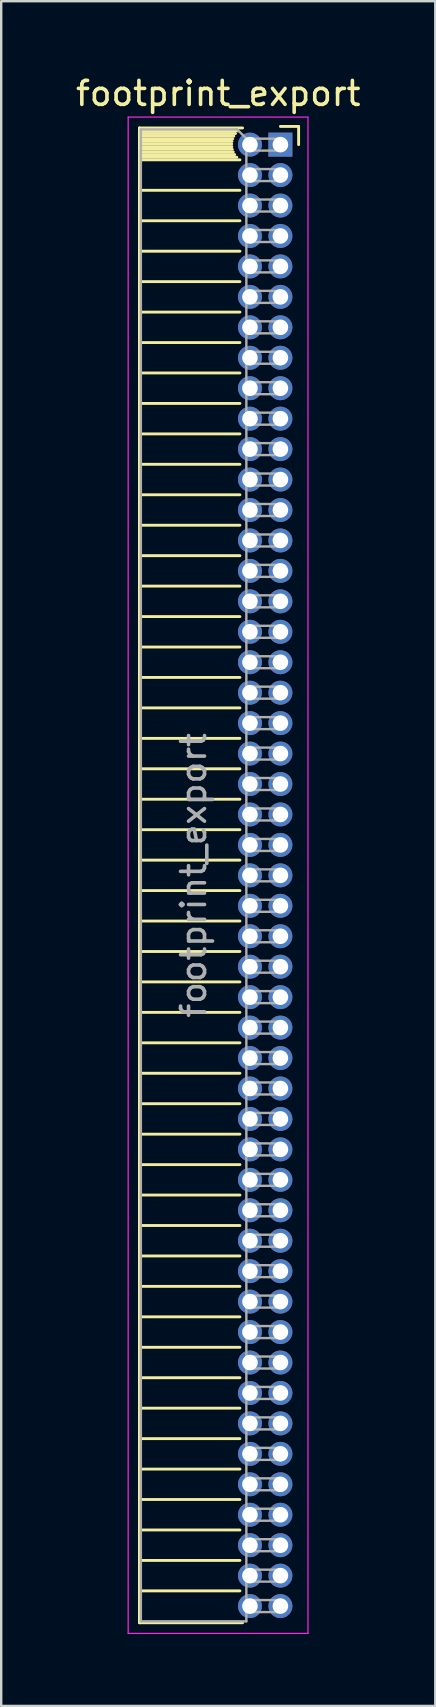
<source format=kicad_pcb>
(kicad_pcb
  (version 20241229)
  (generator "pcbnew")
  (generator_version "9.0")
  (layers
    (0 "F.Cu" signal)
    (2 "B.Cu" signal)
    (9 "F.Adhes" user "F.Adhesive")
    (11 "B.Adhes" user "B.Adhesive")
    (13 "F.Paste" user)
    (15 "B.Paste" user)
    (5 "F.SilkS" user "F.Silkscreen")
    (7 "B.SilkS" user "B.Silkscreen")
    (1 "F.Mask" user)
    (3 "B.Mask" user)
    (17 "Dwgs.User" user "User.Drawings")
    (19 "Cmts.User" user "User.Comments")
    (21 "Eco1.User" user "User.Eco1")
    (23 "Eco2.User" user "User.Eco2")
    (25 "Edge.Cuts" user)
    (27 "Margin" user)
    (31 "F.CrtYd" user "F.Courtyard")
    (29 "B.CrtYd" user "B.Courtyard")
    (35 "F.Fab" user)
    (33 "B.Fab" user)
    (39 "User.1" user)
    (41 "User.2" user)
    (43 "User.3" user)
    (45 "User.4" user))
  (footprint "footprint_export"
    (layer "F.Cu")
    (at 8.646 2.983)
    (property "Reference" "footprint_export" (at -2.592 -2.135 0) (layer "F.SilkS") (effects (font (size 1 1) (thickness 0.15))))
    (attr through_hole)
    (fp_line (start -5.88 -0.695) (end -5.88 61.655) (stroke (width 0.12) (type solid)) (layer "F.SilkS"))
    (fp_line (start -5.88 -0.695) (end -1.578 -0.695) (stroke (width 0.12) (type solid)) (layer "F.SilkS"))
    (fp_line (start -5.88 -0.575) (end -1.767 -0.575) (stroke (width 0.12) (type solid)) (layer "F.SilkS"))
    (fp_line (start -5.88 -0.465) (end -1.871 -0.465) (stroke (width 0.12) (type solid)) (layer "F.SilkS"))
    (fp_line (start -5.88 -0.355) (end -1.942 -0.355) (stroke (width 0.12) (type solid)) (layer "F.SilkS"))
    (fp_line (start -5.88 -0.245) (end -1.989 -0.245) (stroke (width 0.12) (type solid)) (layer "F.SilkS"))
    (fp_line (start -5.88 -0.135) (end -2.018 -0.135) (stroke (width 0.12) (type solid)) (layer "F.SilkS"))
    (fp_line (start -5.88 -0.025) (end -2.03 -0.025) (stroke (width 0.12) (type solid)) (layer "F.SilkS"))
    (fp_line (start -5.88 0.085) (end -2.025 0.085) (stroke (width 0.12) (type solid)) (layer "F.SilkS"))
    (fp_line (start -5.88 0.195) (end -2.005 0.195) (stroke (width 0.12) (type solid)) (layer "F.SilkS"))
    (fp_line (start -5.88 0.305) (end -1.966 0.305) (stroke (width 0.12) (type solid)) (layer "F.SilkS"))
    (fp_line (start -5.88 0.415) (end -1.907 0.415) (stroke (width 0.12) (type solid)) (layer "F.SilkS"))
    (fp_line (start -5.88 0.525) (end -1.82 0.525) (stroke (width 0.12) (type solid)) (layer "F.SilkS"))
    (fp_line (start -5.88 0.635) (end -1.688 0.635) (stroke (width 0.12) (type solid)) (layer "F.SilkS"))
    (fp_line (start -5.88 1.905) (end -1.688 1.905) (stroke (width 0.12) (type solid)) (layer "F.SilkS"))
    (fp_line (start -5.88 3.175) (end -1.688 3.175) (stroke (width 0.12) (type solid)) (layer "F.SilkS"))
    (fp_line (start -5.88 4.445) (end -1.688 4.445) (stroke (width 0.12) (type solid)) (layer "F.SilkS"))
    (fp_line (start -5.88 5.715) (end -1.688 5.715) (stroke (width 0.12) (type solid)) (layer "F.SilkS"))
    (fp_line (start -5.88 6.985) (end -1.688 6.985) (stroke (width 0.12) (type solid)) (layer "F.SilkS"))
    (fp_line (start -5.88 8.255) (end -1.688 8.255) (stroke (width 0.12) (type solid)) (layer "F.SilkS"))
    (fp_line (start -5.88 9.525) (end -1.688 9.525) (stroke (width 0.12) (type solid)) (layer "F.SilkS"))
    (fp_line (start -5.88 10.795) (end -1.688 10.795) (stroke (width 0.12) (type solid)) (layer "F.SilkS"))
    (fp_line (start -5.88 12.065) (end -1.688 12.065) (stroke (width 0.12) (type solid)) (layer "F.SilkS"))
    (fp_line (start -5.88 13.335) (end -1.688 13.335) (stroke (width 0.12) (type solid)) (layer "F.SilkS"))
    (fp_line (start -5.88 14.605) (end -1.688 14.605) (stroke (width 0.12) (type solid)) (layer "F.SilkS"))
    (fp_line (start -5.88 15.875) (end -1.688 15.875) (stroke (width 0.12) (type solid)) (layer "F.SilkS"))
    (fp_line (start -5.88 17.145) (end -1.688 17.145) (stroke (width 0.12) (type solid)) (layer "F.SilkS"))
    (fp_line (start -5.88 18.415) (end -1.688 18.415) (stroke (width 0.12) (type solid)) (layer "F.SilkS"))
    (fp_line (start -5.88 19.685) (end -1.688 19.685) (stroke (width 0.12) (type solid)) (layer "F.SilkS"))
    (fp_line (start -5.88 20.955) (end -1.688 20.955) (stroke (width 0.12) (type solid)) (layer "F.SilkS"))
    (fp_line (start -5.88 22.225) (end -1.688 22.225) (stroke (width 0.12) (type solid)) (layer "F.SilkS"))
    (fp_line (start -5.88 23.495) (end -1.688 23.495) (stroke (width 0.12) (type solid)) (layer "F.SilkS"))
    (fp_line (start -5.88 24.765) (end -1.688 24.765) (stroke (width 0.12) (type solid)) (layer "F.SilkS"))
    (fp_line (start -5.88 26.035) (end -1.688 26.035) (stroke (width 0.12) (type solid)) (layer "F.SilkS"))
    (fp_line (start -5.88 27.305) (end -1.688 27.305) (stroke (width 0.12) (type solid)) (layer "F.SilkS"))
    (fp_line (start -5.88 28.575) (end -1.688 28.575) (stroke (width 0.12) (type solid)) (layer "F.SilkS"))
    (fp_line (start -5.88 29.845) (end -1.688 29.845) (stroke (width 0.12) (type solid)) (layer "F.SilkS"))
    (fp_line (start -5.88 31.115) (end -1.688 31.115) (stroke (width 0.12) (type solid)) (layer "F.SilkS"))
    (fp_line (start -5.88 32.385) (end -1.688 32.385) (stroke (width 0.12) (type solid)) (layer "F.SilkS"))
    (fp_line (start -5.88 33.655) (end -1.688 33.655) (stroke (width 0.12) (type solid)) (layer "F.SilkS"))
    (fp_line (start -5.88 34.925) (end -1.688 34.925) (stroke (width 0.12) (type solid)) (layer "F.SilkS"))
    (fp_line (start -5.88 36.195) (end -1.688 36.195) (stroke (width 0.12) (type solid)) (layer "F.SilkS"))
    (fp_line (start -5.88 37.465) (end -1.688 37.465) (stroke (width 0.12) (type solid)) (layer "F.SilkS"))
    (fp_line (start -5.88 38.735) (end -1.688 38.735) (stroke (width 0.12) (type solid)) (layer "F.SilkS"))
    (fp_line (start -5.88 40.005) (end -1.688 40.005) (stroke (width 0.12) (type solid)) (layer "F.SilkS"))
    (fp_line (start -5.88 41.275) (end -1.688 41.275) (stroke (width 0.12) (type solid)) (layer "F.SilkS"))
    (fp_line (start -5.88 42.545) (end -1.688 42.545) (stroke (width 0.12) (type solid)) (layer "F.SilkS"))
    (fp_line (start -5.88 43.815) (end -1.688 43.815) (stroke (width 0.12) (type solid)) (layer "F.SilkS"))
    (fp_line (start -5.88 45.085) (end -1.688 45.085) (stroke (width 0.12) (type solid)) (layer "F.SilkS"))
    (fp_line (start -5.88 46.355) (end -1.688 46.355) (stroke (width 0.12) (type solid)) (layer "F.SilkS"))
    (fp_line (start -5.88 47.625) (end -1.688 47.625) (stroke (width 0.12) (type solid)) (layer "F.SilkS"))
    (fp_line (start -5.88 48.895) (end -1.688 48.895) (stroke (width 0.12) (type solid)) (layer "F.SilkS"))
    (fp_line (start -5.88 50.165) (end -1.688 50.165) (stroke (width 0.12) (type solid)) (layer "F.SilkS"))
    (fp_line (start -5.88 51.435) (end -1.688 51.435) (stroke (width 0.12) (type solid)) (layer "F.SilkS"))
    (fp_line (start -5.88 52.705) (end -1.688 52.705) (stroke (width 0.12) (type solid)) (layer "F.SilkS"))
    (fp_line (start -5.88 53.975) (end -1.688 53.975) (stroke (width 0.12) (type solid)) (layer "F.SilkS"))
    (fp_line (start -5.88 55.245) (end -1.688 55.245) (stroke (width 0.12) (type solid)) (layer "F.SilkS"))
    (fp_line (start -5.88 56.515) (end -1.688 56.515) (stroke (width 0.12) (type solid)) (layer "F.SilkS"))
    (fp_line (start -5.88 57.785) (end -1.688 57.785) (stroke (width 0.12) (type solid)) (layer "F.SilkS"))
    (fp_line (start -5.88 59.055) (end -1.688 59.055) (stroke (width 0.12) (type solid)) (layer "F.SilkS"))
    (fp_line (start -5.88 60.325) (end -1.688 60.325) (stroke (width 0.12) (type solid)) (layer "F.SilkS"))
    (fp_line (start -5.88 61.655) (end -1.578 61.655) (stroke (width 0.12) (type solid)) (layer "F.SilkS"))
    (fp_line (start 0 -0.76) (end 0.76 -0.76) (stroke (width 0.12) (type solid)) (layer "F.SilkS"))
    (fp_line (start 0.76 -0.76) (end 0.76 0) (stroke (width 0.12) (type solid)) (layer "F.SilkS"))
    (fp_line (start -6.35 -1.15) (end -6.35 62.1) (stroke (width 0.05) (type solid)) (layer "F.CrtYd"))
    (fp_line (start -6.35 62.1) (end 1.15 62.1) (stroke (width 0.05) (type solid)) (layer "F.CrtYd"))
    (fp_line (start 1.15 -1.15) (end -6.35 -1.15) (stroke (width 0.05) (type solid)) (layer "F.CrtYd"))
    (fp_line (start 1.15 62.1) (end 1.15 -1.15) (stroke (width 0.05) (type solid)) (layer "F.CrtYd"))
    (fp_line (start -5.82 -0.635) (end -1.805 -0.635) (stroke (width 0.1) (type solid)) (layer "F.Fab"))
    (fp_line (start -5.82 61.595) (end -5.82 -0.635) (stroke (width 0.1) (type solid)) (layer "F.Fab"))
    (fp_line (start -1.805 -0.635) (end -1.42 -0.25) (stroke (width 0.1) (type solid)) (layer "F.Fab"))
    (fp_line (start -1.42 -0.25) (end -1.42 61.595) (stroke (width 0.1) (type solid)) (layer "F.Fab"))
    (fp_line (start -1.42 0.25) (end 0 0.25) (stroke (width 0.1) (type solid)) (layer "F.Fab"))
    (fp_line (start -1.42 1.52) (end 0 1.52) (stroke (width 0.1) (type solid)) (layer "F.Fab"))
    (fp_line (start -1.42 2.79) (end 0 2.79) (stroke (width 0.1) (type solid)) (layer "F.Fab"))
    (fp_line (start -1.42 4.06) (end 0 4.06) (stroke (width 0.1) (type solid)) (layer "F.Fab"))
    (fp_line (start -1.42 5.33) (end 0 5.33) (stroke (width 0.1) (type solid)) (layer "F.Fab"))
    (fp_line (start -1.42 6.6) (end 0 6.6) (stroke (width 0.1) (type solid)) (layer "F.Fab"))
    (fp_line (start -1.42 7.87) (end 0 7.87) (stroke (width 0.1) (type solid)) (layer "F.Fab"))
    (fp_line (start -1.42 9.14) (end 0 9.14) (stroke (width 0.1) (type solid)) (layer "F.Fab"))
    (fp_line (start -1.42 10.41) (end 0 10.41) (stroke (width 0.1) (type solid)) (layer "F.Fab"))
    (fp_line (start -1.42 11.68) (end 0 11.68) (stroke (width 0.1) (type solid)) (layer "F.Fab"))
    (fp_line (start -1.42 12.95) (end 0 12.95) (stroke (width 0.1) (type solid)) (layer "F.Fab"))
    (fp_line (start -1.42 14.22) (end 0 14.22) (stroke (width 0.1) (type solid)) (layer "F.Fab"))
    (fp_line (start -1.42 15.49) (end 0 15.49) (stroke (width 0.1) (type solid)) (layer "F.Fab"))
    (fp_line (start -1.42 16.76) (end 0 16.76) (stroke (width 0.1) (type solid)) (layer "F.Fab"))
    (fp_line (start -1.42 18.03) (end 0 18.03) (stroke (width 0.1) (type solid)) (layer "F.Fab"))
    (fp_line (start -1.42 19.3) (end 0 19.3) (stroke (width 0.1) (type solid)) (layer "F.Fab"))
    (fp_line (start -1.42 20.57) (end 0 20.57) (stroke (width 0.1) (type solid)) (layer "F.Fab"))
    (fp_line (start -1.42 21.84) (end 0 21.84) (stroke (width 0.1) (type solid)) (layer "F.Fab"))
    (fp_line (start -1.42 23.11) (end 0 23.11) (stroke (width 0.1) (type solid)) (layer "F.Fab"))
    (fp_line (start -1.42 24.38) (end 0 24.38) (stroke (width 0.1) (type solid)) (layer "F.Fab"))
    (fp_line (start -1.42 25.65) (end 0 25.65) (stroke (width 0.1) (type solid)) (layer "F.Fab"))
    (fp_line (start -1.42 26.92) (end 0 26.92) (stroke (width 0.1) (type solid)) (layer "F.Fab"))
    (fp_line (start -1.42 28.19) (end 0 28.19) (stroke (width 0.1) (type solid)) (layer "F.Fab"))
    (fp_line (start -1.42 29.46) (end 0 29.46) (stroke (width 0.1) (type solid)) (layer "F.Fab"))
    (fp_line (start -1.42 30.73) (end 0 30.73) (stroke (width 0.1) (type solid)) (layer "F.Fab"))
    (fp_line (start -1.42 32) (end 0 32) (stroke (width 0.1) (type solid)) (layer "F.Fab"))
    (fp_line (start -1.42 33.27) (end 0 33.27) (stroke (width 0.1) (type solid)) (layer "F.Fab"))
    (fp_line (start -1.42 34.54) (end 0 34.54) (stroke (width 0.1) (type solid)) (layer "F.Fab"))
    (fp_line (start -1.42 35.81) (end 0 35.81) (stroke (width 0.1) (type solid)) (layer "F.Fab"))
    (fp_line (start -1.42 37.08) (end 0 37.08) (stroke (width 0.1) (type solid)) (layer "F.Fab"))
    (fp_line (start -1.42 38.35) (end 0 38.35) (stroke (width 0.1) (type solid)) (layer "F.Fab"))
    (fp_line (start -1.42 39.62) (end 0 39.62) (stroke (width 0.1) (type solid)) (layer "F.Fab"))
    (fp_line (start -1.42 40.89) (end 0 40.89) (stroke (width 0.1) (type solid)) (layer "F.Fab"))
    (fp_line (start -1.42 42.16) (end 0 42.16) (stroke (width 0.1) (type solid)) (layer "F.Fab"))
    (fp_line (start -1.42 43.43) (end 0 43.43) (stroke (width 0.1) (type solid)) (layer "F.Fab"))
    (fp_line (start -1.42 44.7) (end 0 44.7) (stroke (width 0.1) (type solid)) (layer "F.Fab"))
    (fp_line (start -1.42 45.97) (end 0 45.97) (stroke (width 0.1) (type solid)) (layer "F.Fab"))
    (fp_line (start -1.42 47.24) (end 0 47.24) (stroke (width 0.1) (type solid)) (layer "F.Fab"))
    (fp_line (start -1.42 48.51) (end 0 48.51) (stroke (width 0.1) (type solid)) (layer "F.Fab"))
    (fp_line (start -1.42 49.78) (end 0 49.78) (stroke (width 0.1) (type solid)) (layer "F.Fab"))
    (fp_line (start -1.42 51.05) (end 0 51.05) (stroke (width 0.1) (type solid)) (layer "F.Fab"))
    (fp_line (start -1.42 52.32) (end 0 52.32) (stroke (width 0.1) (type solid)) (layer "F.Fab"))
    (fp_line (start -1.42 53.59) (end 0 53.59) (stroke (width 0.1) (type solid)) (layer "F.Fab"))
    (fp_line (start -1.42 54.86) (end 0 54.86) (stroke (width 0.1) (type solid)) (layer "F.Fab"))
    (fp_line (start -1.42 56.13) (end 0 56.13) (stroke (width 0.1) (type solid)) (layer "F.Fab"))
    (fp_line (start -1.42 57.4) (end 0 57.4) (stroke (width 0.1) (type solid)) (layer "F.Fab"))
    (fp_line (start -1.42 58.67) (end 0 58.67) (stroke (width 0.1) (type solid)) (layer "F.Fab"))
    (fp_line (start -1.42 59.94) (end 0 59.94) (stroke (width 0.1) (type solid)) (layer "F.Fab"))
    (fp_line (start -1.42 61.21) (end 0 61.21) (stroke (width 0.1) (type solid)) (layer "F.Fab"))
    (fp_line (start -1.42 61.595) (end -5.82 61.595) (stroke (width 0.1) (type solid)) (layer "F.Fab"))
    (fp_line (start 0 -0.25) (end -1.42 -0.25) (stroke (width 0.1) (type solid)) (layer "F.Fab"))
    (fp_line (start 0 0.25) (end 0 -0.25) (stroke (width 0.1) (type solid)) (layer "F.Fab"))
    (fp_line (start 0 1.02) (end -1.42 1.02) (stroke (width 0.1) (type solid)) (layer "F.Fab"))
    (fp_line (start 0 1.52) (end 0 1.02) (stroke (width 0.1) (type solid)) (layer "F.Fab"))
    (fp_line (start 0 2.29) (end -1.42 2.29) (stroke (width 0.1) (type solid)) (layer "F.Fab"))
    (fp_line (start 0 2.79) (end 0 2.29) (stroke (width 0.1) (type solid)) (layer "F.Fab"))
    (fp_line (start 0 3.56) (end -1.42 3.56) (stroke (width 0.1) (type solid)) (layer "F.Fab"))
    (fp_line (start 0 4.06) (end 0 3.56) (stroke (width 0.1) (type solid)) (layer "F.Fab"))
    (fp_line (start 0 4.83) (end -1.42 4.83) (stroke (width 0.1) (type solid)) (layer "F.Fab"))
    (fp_line (start 0 5.33) (end 0 4.83) (stroke (width 0.1) (type solid)) (layer "F.Fab"))
    (fp_line (start 0 6.1) (end -1.42 6.1) (stroke (width 0.1) (type solid)) (layer "F.Fab"))
    (fp_line (start 0 6.6) (end 0 6.1) (stroke (width 0.1) (type solid)) (layer "F.Fab"))
    (fp_line (start 0 7.37) (end -1.42 7.37) (stroke (width 0.1) (type solid)) (layer "F.Fab"))
    (fp_line (start 0 7.87) (end 0 7.37) (stroke (width 0.1) (type solid)) (layer "F.Fab"))
    (fp_line (start 0 8.64) (end -1.42 8.64) (stroke (width 0.1) (type solid)) (layer "F.Fab"))
    (fp_line (start 0 9.14) (end 0 8.64) (stroke (width 0.1) (type solid)) (layer "F.Fab"))
    (fp_line (start 0 9.91) (end -1.42 9.91) (stroke (width 0.1) (type solid)) (layer "F.Fab"))
    (fp_line (start 0 10.41) (end 0 9.91) (stroke (width 0.1) (type solid)) (layer "F.Fab"))
    (fp_line (start 0 11.18) (end -1.42 11.18) (stroke (width 0.1) (type solid)) (layer "F.Fab"))
    (fp_line (start 0 11.68) (end 0 11.18) (stroke (width 0.1) (type solid)) (layer "F.Fab"))
    (fp_line (start 0 12.45) (end -1.42 12.45) (stroke (width 0.1) (type solid)) (layer "F.Fab"))
    (fp_line (start 0 12.95) (end 0 12.45) (stroke (width 0.1) (type solid)) (layer "F.Fab"))
    (fp_line (start 0 13.72) (end -1.42 13.72) (stroke (width 0.1) (type solid)) (layer "F.Fab"))
    (fp_line (start 0 14.22) (end 0 13.72) (stroke (width 0.1) (type solid)) (layer "F.Fab"))
    (fp_line (start 0 14.99) (end -1.42 14.99) (stroke (width 0.1) (type solid)) (layer "F.Fab"))
    (fp_line (start 0 15.49) (end 0 14.99) (stroke (width 0.1) (type solid)) (layer "F.Fab"))
    (fp_line (start 0 16.26) (end -1.42 16.26) (stroke (width 0.1) (type solid)) (layer "F.Fab"))
    (fp_line (start 0 16.76) (end 0 16.26) (stroke (width 0.1) (type solid)) (layer "F.Fab"))
    (fp_line (start 0 17.53) (end -1.42 17.53) (stroke (width 0.1) (type solid)) (layer "F.Fab"))
    (fp_line (start 0 18.03) (end 0 17.53) (stroke (width 0.1) (type solid)) (layer "F.Fab"))
    (fp_line (start 0 18.8) (end -1.42 18.8) (stroke (width 0.1) (type solid)) (layer "F.Fab"))
    (fp_line (start 0 19.3) (end 0 18.8) (stroke (width 0.1) (type solid)) (layer "F.Fab"))
    (fp_line (start 0 20.07) (end -1.42 20.07) (stroke (width 0.1) (type solid)) (layer "F.Fab"))
    (fp_line (start 0 20.57) (end 0 20.07) (stroke (width 0.1) (type solid)) (layer "F.Fab"))
    (fp_line (start 0 21.34) (end -1.42 21.34) (stroke (width 0.1) (type solid)) (layer "F.Fab"))
    (fp_line (start 0 21.84) (end 0 21.34) (stroke (width 0.1) (type solid)) (layer "F.Fab"))
    (fp_line (start 0 22.61) (end -1.42 22.61) (stroke (width 0.1) (type solid)) (layer "F.Fab"))
    (fp_line (start 0 23.11) (end 0 22.61) (stroke (width 0.1) (type solid)) (layer "F.Fab"))
    (fp_line (start 0 23.88) (end -1.42 23.88) (stroke (width 0.1) (type solid)) (layer "F.Fab"))
    (fp_line (start 0 24.38) (end 0 23.88) (stroke (width 0.1) (type solid)) (layer "F.Fab"))
    (fp_line (start 0 25.15) (end -1.42 25.15) (stroke (width 0.1) (type solid)) (layer "F.Fab"))
    (fp_line (start 0 25.65) (end 0 25.15) (stroke (width 0.1) (type solid)) (layer "F.Fab"))
    (fp_line (start 0 26.42) (end -1.42 26.42) (stroke (width 0.1) (type solid)) (layer "F.Fab"))
    (fp_line (start 0 26.92) (end 0 26.42) (stroke (width 0.1) (type solid)) (layer "F.Fab"))
    (fp_line (start 0 27.69) (end -1.42 27.69) (stroke (width 0.1) (type solid)) (layer "F.Fab"))
    (fp_line (start 0 28.19) (end 0 27.69) (stroke (width 0.1) (type solid)) (layer "F.Fab"))
    (fp_line (start 0 28.96) (end -1.42 28.96) (stroke (width 0.1) (type solid)) (layer "F.Fab"))
    (fp_line (start 0 29.46) (end 0 28.96) (stroke (width 0.1) (type solid)) (layer "F.Fab"))
    (fp_line (start 0 30.23) (end -1.42 30.23) (stroke (width 0.1) (type solid)) (layer "F.Fab"))
    (fp_line (start 0 30.73) (end 0 30.23) (stroke (width 0.1) (type solid)) (layer "F.Fab"))
    (fp_line (start 0 31.5) (end -1.42 31.5) (stroke (width 0.1) (type solid)) (layer "F.Fab"))
    (fp_line (start 0 32) (end 0 31.5) (stroke (width 0.1) (type solid)) (layer "F.Fab"))
    (fp_line (start 0 32.77) (end -1.42 32.77) (stroke (width 0.1) (type solid)) (layer "F.Fab"))
    (fp_line (start 0 33.27) (end 0 32.77) (stroke (width 0.1) (type solid)) (layer "F.Fab"))
    (fp_line (start 0 34.04) (end -1.42 34.04) (stroke (width 0.1) (type solid)) (layer "F.Fab"))
    (fp_line (start 0 34.54) (end 0 34.04) (stroke (width 0.1) (type solid)) (layer "F.Fab"))
    (fp_line (start 0 35.31) (end -1.42 35.31) (stroke (width 0.1) (type solid)) (layer "F.Fab"))
    (fp_line (start 0 35.81) (end 0 35.31) (stroke (width 0.1) (type solid)) (layer "F.Fab"))
    (fp_line (start 0 36.58) (end -1.42 36.58) (stroke (width 0.1) (type solid)) (layer "F.Fab"))
    (fp_line (start 0 37.08) (end 0 36.58) (stroke (width 0.1) (type solid)) (layer "F.Fab"))
    (fp_line (start 0 37.85) (end -1.42 37.85) (stroke (width 0.1) (type solid)) (layer "F.Fab"))
    (fp_line (start 0 38.35) (end 0 37.85) (stroke (width 0.1) (type solid)) (layer "F.Fab"))
    (fp_line (start 0 39.12) (end -1.42 39.12) (stroke (width 0.1) (type solid)) (layer "F.Fab"))
    (fp_line (start 0 39.62) (end 0 39.12) (stroke (width 0.1) (type solid)) (layer "F.Fab"))
    (fp_line (start 0 40.39) (end -1.42 40.39) (stroke (width 0.1) (type solid)) (layer "F.Fab"))
    (fp_line (start 0 40.89) (end 0 40.39) (stroke (width 0.1) (type solid)) (layer "F.Fab"))
    (fp_line (start 0 41.66) (end -1.42 41.66) (stroke (width 0.1) (type solid)) (layer "F.Fab"))
    (fp_line (start 0 42.16) (end 0 41.66) (stroke (width 0.1) (type solid)) (layer "F.Fab"))
    (fp_line (start 0 42.93) (end -1.42 42.93) (stroke (width 0.1) (type solid)) (layer "F.Fab"))
    (fp_line (start 0 43.43) (end 0 42.93) (stroke (width 0.1) (type solid)) (layer "F.Fab"))
    (fp_line (start 0 44.2) (end -1.42 44.2) (stroke (width 0.1) (type solid)) (layer "F.Fab"))
    (fp_line (start 0 44.7) (end 0 44.2) (stroke (width 0.1) (type solid)) (layer "F.Fab"))
    (fp_line (start 0 45.47) (end -1.42 45.47) (stroke (width 0.1) (type solid)) (layer "F.Fab"))
    (fp_line (start 0 45.97) (end 0 45.47) (stroke (width 0.1) (type solid)) (layer "F.Fab"))
    (fp_line (start 0 46.74) (end -1.42 46.74) (stroke (width 0.1) (type solid)) (layer "F.Fab"))
    (fp_line (start 0 47.24) (end 0 46.74) (stroke (width 0.1) (type solid)) (layer "F.Fab"))
    (fp_line (start 0 48.01) (end -1.42 48.01) (stroke (width 0.1) (type solid)) (layer "F.Fab"))
    (fp_line (start 0 48.51) (end 0 48.01) (stroke (width 0.1) (type solid)) (layer "F.Fab"))
    (fp_line (start 0 49.28) (end -1.42 49.28) (stroke (width 0.1) (type solid)) (layer "F.Fab"))
    (fp_line (start 0 49.78) (end 0 49.28) (stroke (width 0.1) (type solid)) (layer "F.Fab"))
    (fp_line (start 0 50.55) (end -1.42 50.55) (stroke (width 0.1) (type solid)) (layer "F.Fab"))
    (fp_line (start 0 51.05) (end 0 50.55) (stroke (width 0.1) (type solid)) (layer "F.Fab"))
    (fp_line (start 0 51.82) (end -1.42 51.82) (stroke (width 0.1) (type solid)) (layer "F.Fab"))
    (fp_line (start 0 52.32) (end 0 51.82) (stroke (width 0.1) (type solid)) (layer "F.Fab"))
    (fp_line (start 0 53.09) (end -1.42 53.09) (stroke (width 0.1) (type solid)) (layer "F.Fab"))
    (fp_line (start 0 53.59) (end 0 53.09) (stroke (width 0.1) (type solid)) (layer "F.Fab"))
    (fp_line (start 0 54.36) (end -1.42 54.36) (stroke (width 0.1) (type solid)) (layer "F.Fab"))
    (fp_line (start 0 54.86) (end 0 54.36) (stroke (width 0.1) (type solid)) (layer "F.Fab"))
    (fp_line (start 0 55.63) (end -1.42 55.63) (stroke (width 0.1) (type solid)) (layer "F.Fab"))
    (fp_line (start 0 56.13) (end 0 55.63) (stroke (width 0.1) (type solid)) (layer "F.Fab"))
    (fp_line (start 0 56.9) (end -1.42 56.9) (stroke (width 0.1) (type solid)) (layer "F.Fab"))
    (fp_line (start 0 57.4) (end 0 56.9) (stroke (width 0.1) (type solid)) (layer "F.Fab"))
    (fp_line (start 0 58.17) (end -1.42 58.17) (stroke (width 0.1) (type solid)) (layer "F.Fab"))
    (fp_line (start 0 58.67) (end 0 58.17) (stroke (width 0.1) (type solid)) (layer "F.Fab"))
    (fp_line (start 0 59.44) (end -1.42 59.44) (stroke (width 0.1) (type solid)) (layer "F.Fab"))
    (fp_line (start 0 59.94) (end 0 59.44) (stroke (width 0.1) (type solid)) (layer "F.Fab"))
    (fp_line (start 0 60.71) (end -1.42 60.71) (stroke (width 0.1) (type solid)) (layer "F.Fab"))
    (fp_line (start 0 61.21) (end 0 60.71) (stroke (width 0.1) (type solid)) (layer "F.Fab"))
    (fp_text user "${REFERENCE}" (at -3.62 30.48 90) (layer "F.Fab") (effects (font (size 1 1) (thickness 0.15))))
    (pad "1" thru_hole rect (at 0 0) (size 1 1) (drill 0.65) (layers "*.Cu" "*.Mask"))
    (pad "2" thru_hole oval (at -1.27 0) (size 1 1) (drill 0.65) (layers "*.Cu" "*.Mask"))
    (pad "3" thru_hole oval (at 0 1.27) (size 1 1) (drill 0.65) (layers "*.Cu" "*.Mask"))
    (pad "4" thru_hole oval (at -1.27 1.27) (size 1 1) (drill 0.65) (layers "*.Cu" "*.Mask"))
    (pad "5" thru_hole oval (at 0 2.54) (size 1 1) (drill 0.65) (layers "*.Cu" "*.Mask"))
    (pad "6" thru_hole oval (at -1.27 2.54) (size 1 1) (drill 0.65) (layers "*.Cu" "*.Mask"))
    (pad "7" thru_hole oval (at 0 3.81) (size 1 1) (drill 0.65) (layers "*.Cu" "*.Mask"))
    (pad "8" thru_hole oval (at -1.27 3.81) (size 1 1) (drill 0.65) (layers "*.Cu" "*.Mask"))
    (pad "9" thru_hole oval (at 0 5.08) (size 1 1) (drill 0.65) (layers "*.Cu" "*.Mask"))
    (pad "10" thru_hole oval (at -1.27 5.08) (size 1 1) (drill 0.65) (layers "*.Cu" "*.Mask"))
    (pad "11" thru_hole oval (at 0 6.35) (size 1 1) (drill 0.65) (layers "*.Cu" "*.Mask"))
    (pad "12" thru_hole oval (at -1.27 6.35) (size 1 1) (drill 0.65) (layers "*.Cu" "*.Mask"))
    (pad "13" thru_hole oval (at 0 7.62) (size 1 1) (drill 0.65) (layers "*.Cu" "*.Mask"))
    (pad "14" thru_hole oval (at -1.27 7.62) (size 1 1) (drill 0.65) (layers "*.Cu" "*.Mask"))
    (pad "15" thru_hole oval (at 0 8.89) (size 1 1) (drill 0.65) (layers "*.Cu" "*.Mask"))
    (pad "16" thru_hole oval (at -1.27 8.89) (size 1 1) (drill 0.65) (layers "*.Cu" "*.Mask"))
    (pad "17" thru_hole oval (at 0 10.16) (size 1 1) (drill 0.65) (layers "*.Cu" "*.Mask"))
    (pad "18" thru_hole oval (at -1.27 10.16) (size 1 1) (drill 0.65) (layers "*.Cu" "*.Mask"))
    (pad "19" thru_hole oval (at 0 11.43) (size 1 1) (drill 0.65) (layers "*.Cu" "*.Mask"))
    (pad "20" thru_hole oval (at -1.27 11.43) (size 1 1) (drill 0.65) (layers "*.Cu" "*.Mask"))
    (pad "21" thru_hole oval (at 0 12.7) (size 1 1) (drill 0.65) (layers "*.Cu" "*.Mask"))
    (pad "22" thru_hole oval (at -1.27 12.7) (size 1 1) (drill 0.65) (layers "*.Cu" "*.Mask"))
    (pad "23" thru_hole oval (at 0 13.97) (size 1 1) (drill 0.65) (layers "*.Cu" "*.Mask"))
    (pad "24" thru_hole oval (at -1.27 13.97) (size 1 1) (drill 0.65) (layers "*.Cu" "*.Mask"))
    (pad "25" thru_hole oval (at 0 15.24) (size 1 1) (drill 0.65) (layers "*.Cu" "*.Mask"))
    (pad "26" thru_hole oval (at -1.27 15.24) (size 1 1) (drill 0.65) (layers "*.Cu" "*.Mask"))
    (pad "27" thru_hole oval (at 0 16.51) (size 1 1) (drill 0.65) (layers "*.Cu" "*.Mask"))
    (pad "28" thru_hole oval (at -1.27 16.51) (size 1 1) (drill 0.65) (layers "*.Cu" "*.Mask"))
    (pad "29" thru_hole oval (at 0 17.78) (size 1 1) (drill 0.65) (layers "*.Cu" "*.Mask"))
    (pad "30" thru_hole oval (at -1.27 17.78) (size 1 1) (drill 0.65) (layers "*.Cu" "*.Mask"))
    (pad "31" thru_hole oval (at 0 19.05) (size 1 1) (drill 0.65) (layers "*.Cu" "*.Mask"))
    (pad "32" thru_hole oval (at -1.27 19.05) (size 1 1) (drill 0.65) (layers "*.Cu" "*.Mask"))
    (pad "33" thru_hole oval (at 0 20.32) (size 1 1) (drill 0.65) (layers "*.Cu" "*.Mask"))
    (pad "34" thru_hole oval (at -1.27 20.32) (size 1 1) (drill 0.65) (layers "*.Cu" "*.Mask"))
    (pad "35" thru_hole oval (at 0 21.59) (size 1 1) (drill 0.65) (layers "*.Cu" "*.Mask"))
    (pad "36" thru_hole oval (at -1.27 21.59) (size 1 1) (drill 0.65) (layers "*.Cu" "*.Mask"))
    (pad "37" thru_hole oval (at 0 22.86) (size 1 1) (drill 0.65) (layers "*.Cu" "*.Mask"))
    (pad "38" thru_hole oval (at -1.27 22.86) (size 1 1) (drill 0.65) (layers "*.Cu" "*.Mask"))
    (pad "39" thru_hole oval (at 0 24.13) (size 1 1) (drill 0.65) (layers "*.Cu" "*.Mask"))
    (pad "40" thru_hole oval (at -1.27 24.13) (size 1 1) (drill 0.65) (layers "*.Cu" "*.Mask"))
    (pad "41" thru_hole oval (at 0 25.4) (size 1 1) (drill 0.65) (layers "*.Cu" "*.Mask"))
    (pad "42" thru_hole oval (at -1.27 25.4) (size 1 1) (drill 0.65) (layers "*.Cu" "*.Mask"))
    (pad "43" thru_hole oval (at 0 26.67) (size 1 1) (drill 0.65) (layers "*.Cu" "*.Mask"))
    (pad "44" thru_hole oval (at -1.27 26.67) (size 1 1) (drill 0.65) (layers "*.Cu" "*.Mask"))
    (pad "45" thru_hole oval (at 0 27.94) (size 1 1) (drill 0.65) (layers "*.Cu" "*.Mask"))
    (pad "46" thru_hole oval (at -1.27 27.94) (size 1 1) (drill 0.65) (layers "*.Cu" "*.Mask"))
    (pad "47" thru_hole oval (at 0 29.21) (size 1 1) (drill 0.65) (layers "*.Cu" "*.Mask"))
    (pad "48" thru_hole oval (at -1.27 29.21) (size 1 1) (drill 0.65) (layers "*.Cu" "*.Mask"))
    (pad "49" thru_hole oval (at 0 30.48) (size 1 1) (drill 0.65) (layers "*.Cu" "*.Mask"))
    (pad "50" thru_hole oval (at -1.27 30.48) (size 1 1) (drill 0.65) (layers "*.Cu" "*.Mask"))
    (pad "51" thru_hole oval (at 0 31.75) (size 1 1) (drill 0.65) (layers "*.Cu" "*.Mask"))
    (pad "52" thru_hole oval (at -1.27 31.75) (size 1 1) (drill 0.65) (layers "*.Cu" "*.Mask"))
    (pad "53" thru_hole oval (at 0 33.02) (size 1 1) (drill 0.65) (layers "*.Cu" "*.Mask"))
    (pad "54" thru_hole oval (at -1.27 33.02) (size 1 1) (drill 0.65) (layers "*.Cu" "*.Mask"))
    (pad "55" thru_hole oval (at 0 34.29) (size 1 1) (drill 0.65) (layers "*.Cu" "*.Mask"))
    (pad "56" thru_hole oval (at -1.27 34.29) (size 1 1) (drill 0.65) (layers "*.Cu" "*.Mask"))
    (pad "57" thru_hole oval (at 0 35.56) (size 1 1) (drill 0.65) (layers "*.Cu" "*.Mask"))
    (pad "58" thru_hole oval (at -1.27 35.56) (size 1 1) (drill 0.65) (layers "*.Cu" "*.Mask"))
    (pad "59" thru_hole oval (at 0 36.83) (size 1 1) (drill 0.65) (layers "*.Cu" "*.Mask"))
    (pad "60" thru_hole oval (at -1.27 36.83) (size 1 1) (drill 0.65) (layers "*.Cu" "*.Mask"))
    (pad "61" thru_hole oval (at 0 38.1) (size 1 1) (drill 0.65) (layers "*.Cu" "*.Mask"))
    (pad "62" thru_hole oval (at -1.27 38.1) (size 1 1) (drill 0.65) (layers "*.Cu" "*.Mask"))
    (pad "63" thru_hole oval (at 0 39.37) (size 1 1) (drill 0.65) (layers "*.Cu" "*.Mask"))
    (pad "64" thru_hole oval (at -1.27 39.37) (size 1 1) (drill 0.65) (layers "*.Cu" "*.Mask"))
    (pad "65" thru_hole oval (at 0 40.64) (size 1 1) (drill 0.65) (layers "*.Cu" "*.Mask"))
    (pad "66" thru_hole oval (at -1.27 40.64) (size 1 1) (drill 0.65) (layers "*.Cu" "*.Mask"))
    (pad "67" thru_hole oval (at 0 41.91) (size 1 1) (drill 0.65) (layers "*.Cu" "*.Mask"))
    (pad "68" thru_hole oval (at -1.27 41.91) (size 1 1) (drill 0.65) (layers "*.Cu" "*.Mask"))
    (pad "69" thru_hole oval (at 0 43.18) (size 1 1) (drill 0.65) (layers "*.Cu" "*.Mask"))
    (pad "70" thru_hole oval (at -1.27 43.18) (size 1 1) (drill 0.65) (layers "*.Cu" "*.Mask"))
    (pad "71" thru_hole oval (at 0 44.45) (size 1 1) (drill 0.65) (layers "*.Cu" "*.Mask"))
    (pad "72" thru_hole oval (at -1.27 44.45) (size 1 1) (drill 0.65) (layers "*.Cu" "*.Mask"))
    (pad "73" thru_hole oval (at 0 45.72) (size 1 1) (drill 0.65) (layers "*.Cu" "*.Mask"))
    (pad "74" thru_hole oval (at -1.27 45.72) (size 1 1) (drill 0.65) (layers "*.Cu" "*.Mask"))
    (pad "75" thru_hole oval (at 0 46.99) (size 1 1) (drill 0.65) (layers "*.Cu" "*.Mask"))
    (pad "76" thru_hole oval (at -1.27 46.99) (size 1 1) (drill 0.65) (layers "*.Cu" "*.Mask"))
    (pad "77" thru_hole oval (at 0 48.26) (size 1 1) (drill 0.65) (layers "*.Cu" "*.Mask"))
    (pad "78" thru_hole oval (at -1.27 48.26) (size 1 1) (drill 0.65) (layers "*.Cu" "*.Mask"))
    (pad "79" thru_hole oval (at 0 49.53) (size 1 1) (drill 0.65) (layers "*.Cu" "*.Mask"))
    (pad "80" thru_hole oval (at -1.27 49.53) (size 1 1) (drill 0.65) (layers "*.Cu" "*.Mask"))
    (pad "81" thru_hole oval (at 0 50.8) (size 1 1) (drill 0.65) (layers "*.Cu" "*.Mask"))
    (pad "82" thru_hole oval (at -1.27 50.8) (size 1 1) (drill 0.65) (layers "*.Cu" "*.Mask"))
    (pad "83" thru_hole oval (at 0 52.07) (size 1 1) (drill 0.65) (layers "*.Cu" "*.Mask"))
    (pad "84" thru_hole oval (at -1.27 52.07) (size 1 1) (drill 0.65) (layers "*.Cu" "*.Mask"))
    (pad "85" thru_hole oval (at 0 53.34) (size 1 1) (drill 0.65) (layers "*.Cu" "*.Mask"))
    (pad "86" thru_hole oval (at -1.27 53.34) (size 1 1) (drill 0.65) (layers "*.Cu" "*.Mask"))
    (pad "87" thru_hole oval (at 0 54.61) (size 1 1) (drill 0.65) (layers "*.Cu" "*.Mask"))
    (pad "88" thru_hole oval (at -1.27 54.61) (size 1 1) (drill 0.65) (layers "*.Cu" "*.Mask"))
    (pad "89" thru_hole oval (at 0 55.88) (size 1 1) (drill 0.65) (layers "*.Cu" "*.Mask"))
    (pad "90" thru_hole oval (at -1.27 55.88) (size 1 1) (drill 0.65) (layers "*.Cu" "*.Mask"))
    (pad "91" thru_hole oval (at 0 57.15) (size 1 1) (drill 0.65) (layers "*.Cu" "*.Mask"))
    (pad "92" thru_hole oval (at -1.27 57.15) (size 1 1) (drill 0.65) (layers "*.Cu" "*.Mask"))
    (pad "93" thru_hole oval (at 0 58.42) (size 1 1) (drill 0.65) (layers "*.Cu" "*.Mask"))
    (pad "94" thru_hole oval (at -1.27 58.42) (size 1 1) (drill 0.65) (layers "*.Cu" "*.Mask"))
    (pad "95" thru_hole oval (at 0 59.69) (size 1 1) (drill 0.65) (layers "*.Cu" "*.Mask"))
    (pad "96" thru_hole oval (at -1.27 59.69) (size 1 1) (drill 0.65) (layers "*.Cu" "*.Mask"))
    (pad "97" thru_hole oval (at 0 60.96) (size 1 1) (drill 0.65) (layers "*.Cu" "*.Mask"))
    (pad "98" thru_hole oval (at -1.27 60.96) (size 1 1) (drill 0.65) (layers "*.Cu" "*.Mask")))
  (gr_rect
    (start -3 -3)
    (end 15.107 68.108)
    (stroke (width 0.1) (type default))
    (fill no)
    (layer "Edge.Cuts")))
</source>
